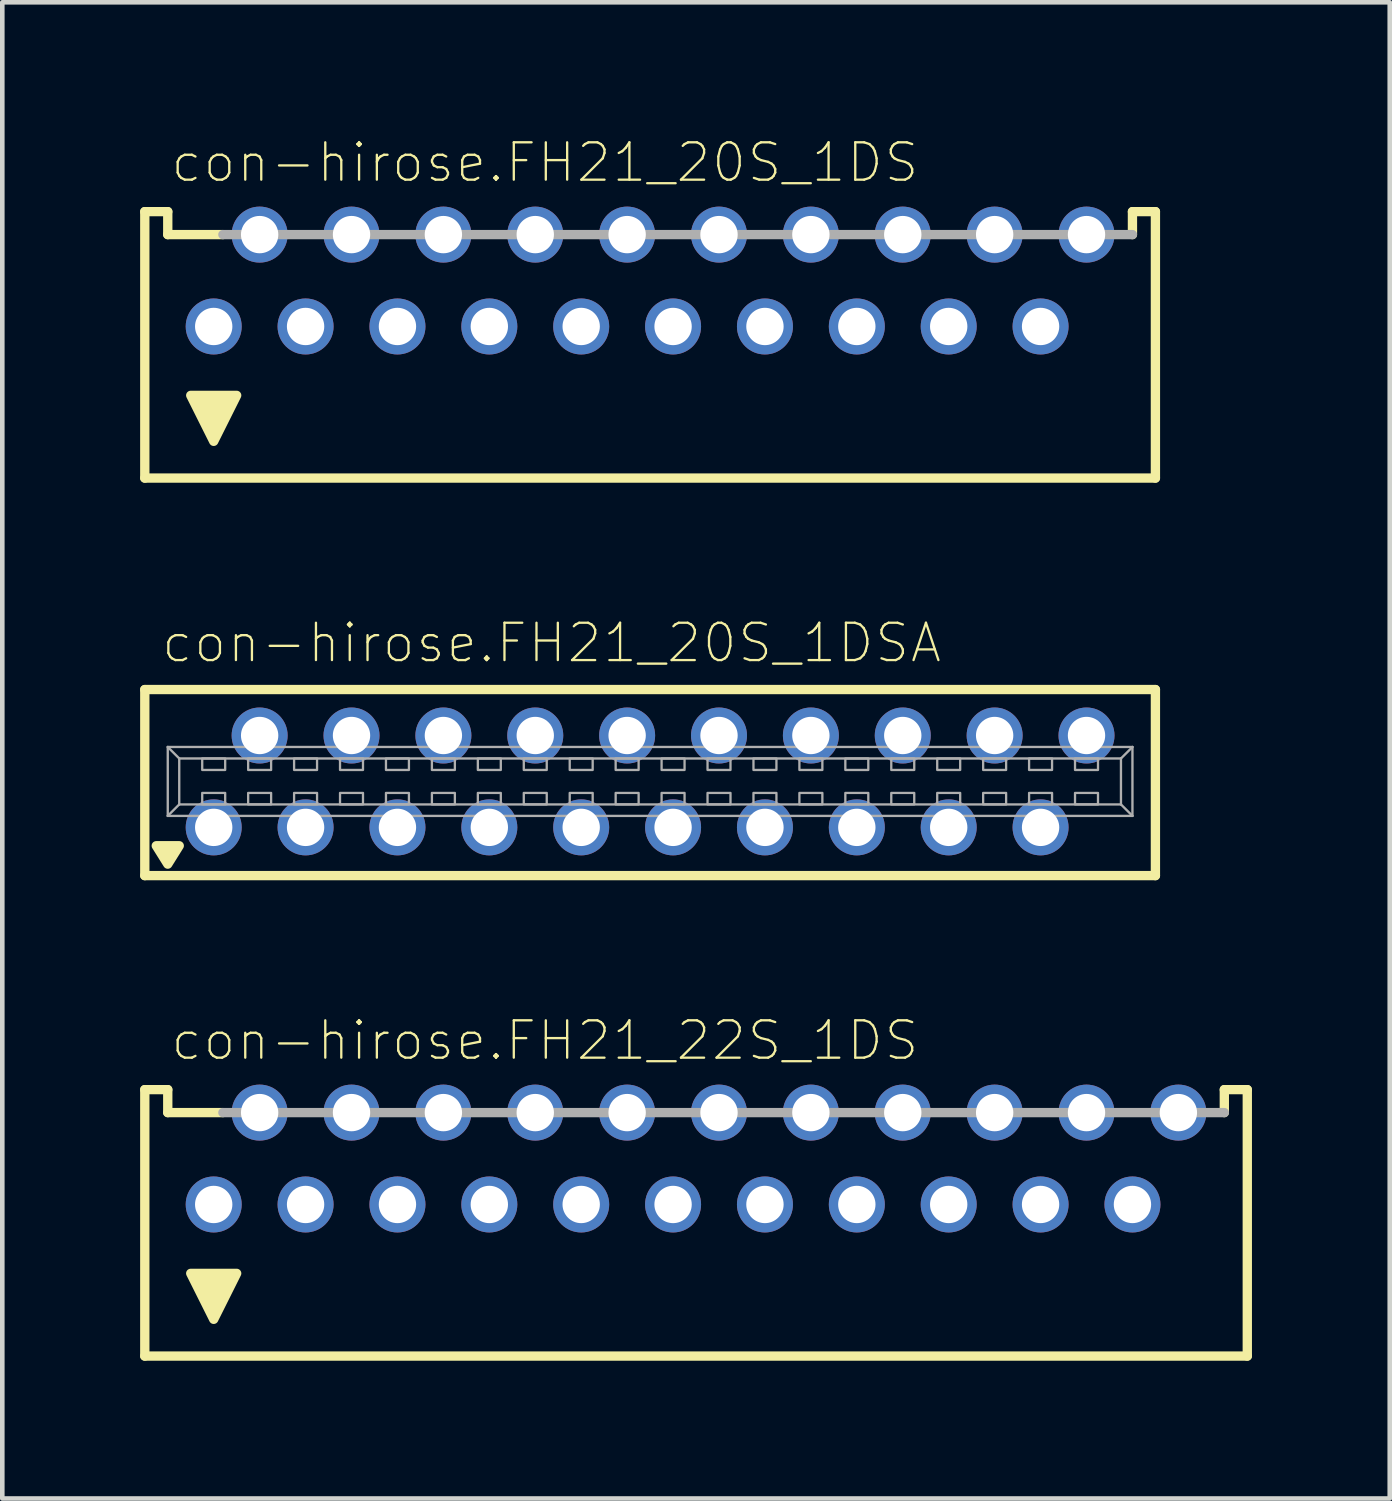
<source format=kicad_pcb>
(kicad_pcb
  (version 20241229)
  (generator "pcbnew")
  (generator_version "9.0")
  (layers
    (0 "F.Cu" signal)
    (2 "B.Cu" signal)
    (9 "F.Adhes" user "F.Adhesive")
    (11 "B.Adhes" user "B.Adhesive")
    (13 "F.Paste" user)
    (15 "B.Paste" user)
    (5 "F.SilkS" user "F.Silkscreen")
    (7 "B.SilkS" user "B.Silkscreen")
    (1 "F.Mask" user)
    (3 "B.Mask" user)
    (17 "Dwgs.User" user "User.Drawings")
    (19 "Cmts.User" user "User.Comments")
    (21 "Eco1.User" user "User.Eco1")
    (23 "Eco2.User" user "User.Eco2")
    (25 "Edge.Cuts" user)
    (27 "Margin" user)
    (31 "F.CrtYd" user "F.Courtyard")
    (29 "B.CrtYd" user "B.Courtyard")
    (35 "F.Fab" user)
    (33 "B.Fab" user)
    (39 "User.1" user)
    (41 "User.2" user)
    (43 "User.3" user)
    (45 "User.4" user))
  (footprint "con-hirose.FH21_20S_1DS"
    (layer "F.Cu")
    (at 11.102 4.057)
    (property "Reference" "con-hirose.FH21_20S_1DS" (at -10.472 -3.094 0) (layer "F.SilkS") (effects (font (size 0.813 0.813) (thickness 0.05)) (justify left bottom)))
    (attr through_hole)
    (fp_line (start -11 -2.5) (end -11 3.3) (stroke (width 0.203) (type default)) (layer "F.SilkS"))
    (fp_line (start -11 3.3) (end 11 3.3) (stroke (width 0.203) (type default)) (layer "F.SilkS"))
    (fp_line (start -10.5 -2.5) (end -11 -2.5) (stroke (width 0.203) (type default)) (layer "F.SilkS"))
    (fp_line (start -10.5 -2) (end -10.5 -2.5) (stroke (width 0.203) (type default)) (layer "F.SilkS"))
    (fp_line (start -10.5 -2) (end -9.3 -2) (stroke (width 0.203) (type default)) (layer "F.SilkS"))
    (fp_line (start 10.5 -2.5) (end 11 -2.5) (stroke (width 0.203) (type default)) (layer "F.SilkS"))
    (fp_line (start 10.5 -2) (end 10.5 -2.5) (stroke (width 0.203) (type default)) (layer "F.SilkS"))
    (fp_line (start 11 -2.5) (end 11 3.3) (stroke (width 0.203) (type default)) (layer "F.SilkS"))
    (fp_poly (pts (xy -9.5 2.5) (xy -10 1.5) (xy -9 1.5)) (stroke (width 0.203) (type default)) (fill yes) (layer "F.SilkS"))
    (fp_line (start -9.3 -2) (end 10.5 -2) (stroke (width 0.203) (type default)) (layer "F.Fab"))
    (pad "1" thru_hole circle (at -9.5 0) (size 1.219 1.219) (drill 0.813) (layers "*.Cu" "*.Mask"))
    (pad "2" thru_hole circle (at -8.5 -2) (size 1.219 1.219) (drill 0.813) (layers "*.Cu" "*.Mask"))
    (pad "3" thru_hole circle (at -7.5 0) (size 1.219 1.219) (drill 0.813) (layers "*.Cu" "*.Mask"))
    (pad "4" thru_hole circle (at -6.5 -2) (size 1.219 1.219) (drill 0.813) (layers "*.Cu" "*.Mask"))
    (pad "5" thru_hole circle (at -5.5 0) (size 1.219 1.219) (drill 0.813) (layers "*.Cu" "*.Mask"))
    (pad "6" thru_hole circle (at -4.5 -2) (size 1.219 1.219) (drill 0.813) (layers "*.Cu" "*.Mask"))
    (pad "7" thru_hole circle (at -3.5 0) (size 1.219 1.219) (drill 0.813) (layers "*.Cu" "*.Mask"))
    (pad "8" thru_hole circle (at -2.5 -2) (size 1.219 1.219) (drill 0.813) (layers "*.Cu" "*.Mask"))
    (pad "9" thru_hole circle (at -1.5 0) (size 1.219 1.219) (drill 0.813) (layers "*.Cu" "*.Mask"))
    (pad "10" thru_hole circle (at -0.5 -2) (size 1.219 1.219) (drill 0.813) (layers "*.Cu" "*.Mask"))
    (pad "11" thru_hole circle (at 0.5 0) (size 1.219 1.219) (drill 0.813) (layers "*.Cu" "*.Mask"))
    (pad "12" thru_hole circle (at 1.5 -2) (size 1.219 1.219) (drill 0.813) (layers "*.Cu" "*.Mask"))
    (pad "13" thru_hole circle (at 2.5 0) (size 1.219 1.219) (drill 0.813) (layers "*.Cu" "*.Mask"))
    (pad "14" thru_hole circle (at 3.5 -2) (size 1.219 1.219) (drill 0.813) (layers "*.Cu" "*.Mask"))
    (pad "15" thru_hole circle (at 4.5 0) (size 1.219 1.219) (drill 0.813) (layers "*.Cu" "*.Mask"))
    (pad "16" thru_hole circle (at 5.5 -2) (size 1.219 1.219) (drill 0.813) (layers "*.Cu" "*.Mask"))
    (pad "17" thru_hole circle (at 6.5 0) (size 1.219 1.219) (drill 0.813) (layers "*.Cu" "*.Mask"))
    (pad "18" thru_hole circle (at 7.5 -2) (size 1.219 1.219) (drill 0.813) (layers "*.Cu" "*.Mask"))
    (pad "19" thru_hole circle (at 8.5 0) (size 1.219 1.219) (drill 0.813) (layers "*.Cu" "*.Mask"))
    (pad "20" thru_hole circle (at 9.5 -2) (size 1.219 1.219) (drill 0.813) (layers "*.Cu" "*.Mask")))
  (footprint "con-hirose.FH21_20S_1DSA"
    (layer "F.Cu")
    (at 11.102 13.961)
    (property "Reference" "con-hirose.FH21_20S_1DSA" (at -10.675 -2.54 0) (layer "F.SilkS") (effects (font (size 0.813 0.813) (thickness 0.05)) (justify left bottom)))
    (attr through_hole)
    (fp_line (start -11 -2) (end -11 2.05) (stroke (width 0.203) (type default)) (layer "F.SilkS"))
    (fp_line (start -11 2.05) (end 11 2.05) (stroke (width 0.203) (type default)) (layer "F.SilkS"))
    (fp_line (start 11 -2) (end -11 -2) (stroke (width 0.203) (type default)) (layer "F.SilkS"))
    (fp_line (start 11 -2) (end 11 2.05) (stroke (width 0.203) (type default)) (layer "F.SilkS"))
    (fp_poly (pts (xy -10.5 1.8) (xy -10.75 1.4) (xy -10.25 1.4)) (stroke (width 0.203) (type default)) (fill yes) (layer "F.SilkS"))
    (fp_line (start -10.5 -0.75) (end 10.5 -0.75) (stroke (width 0.051) (type default)) (layer "F.Fab"))
    (fp_line (start -10.5 0.75) (end -10.5 -0.75) (stroke (width 0.051) (type default)) (layer "F.Fab"))
    (fp_line (start -10.25 -0.5) (end -10.5 -0.75) (stroke (width 0.051) (type default)) (layer "F.Fab"))
    (fp_line (start -10.25 -0.5) (end 10.25 -0.5) (stroke (width 0.051) (type default)) (layer "F.Fab"))
    (fp_line (start -10.25 0.5) (end -10.5 0.75) (stroke (width 0.051) (type default)) (layer "F.Fab"))
    (fp_line (start -10.25 0.5) (end -10.25 -0.5) (stroke (width 0.051) (type default)) (layer "F.Fab"))
    (fp_line (start 10.25 -0.5) (end 10.25 0.5) (stroke (width 0.051) (type default)) (layer "F.Fab"))
    (fp_line (start 10.25 -0.5) (end 10.5 -0.75) (stroke (width 0.051) (type default)) (layer "F.Fab"))
    (fp_line (start 10.25 0.5) (end -10.25 0.5) (stroke (width 0.051) (type default)) (layer "F.Fab"))
    (fp_line (start 10.25 0.5) (end 10.5 0.75) (stroke (width 0.051) (type default)) (layer "F.Fab"))
    (fp_line (start 10.5 -0.75) (end 10.5 0.75) (stroke (width 0.051) (type default)) (layer "F.Fab"))
    (fp_line (start 10.5 0.75) (end -10.5 0.75) (stroke (width 0.051) (type default)) (layer "F.Fab"))
    (fp_rect (start -9.75 -0.25) (end -9.25 -0.5) (stroke (width 0.05) (type default)) (fill no) (layer "F.Fab"))
    (fp_rect (start -9.75 0.5) (end -9.25 0.25) (stroke (width 0.05) (type default)) (fill no) (layer "F.Fab"))
    (fp_rect (start -8.75 -0.25) (end -8.25 -0.5) (stroke (width 0.05) (type default)) (fill no) (layer "F.Fab"))
    (fp_rect (start -8.75 0.5) (end -8.25 0.25) (stroke (width 0.05) (type default)) (fill no) (layer "F.Fab"))
    (fp_rect (start -7.75 -0.25) (end -7.25 -0.5) (stroke (width 0.05) (type default)) (fill no) (layer "F.Fab"))
    (fp_rect (start -7.75 0.5) (end -7.25 0.25) (stroke (width 0.05) (type default)) (fill no) (layer "F.Fab"))
    (fp_rect (start -6.75 -0.25) (end -6.25 -0.5) (stroke (width 0.05) (type default)) (fill no) (layer "F.Fab"))
    (fp_rect (start -6.75 0.5) (end -6.25 0.25) (stroke (width 0.05) (type default)) (fill no) (layer "F.Fab"))
    (fp_rect (start -5.75 -0.25) (end -5.25 -0.5) (stroke (width 0.05) (type default)) (fill no) (layer "F.Fab"))
    (fp_rect (start -5.75 0.5) (end -5.25 0.25) (stroke (width 0.05) (type default)) (fill no) (layer "F.Fab"))
    (fp_rect (start -4.75 -0.25) (end -4.25 -0.5) (stroke (width 0.05) (type default)) (fill no) (layer "F.Fab"))
    (fp_rect (start -4.75 0.5) (end -4.25 0.25) (stroke (width 0.05) (type default)) (fill no) (layer "F.Fab"))
    (fp_rect (start -3.75 -0.25) (end -3.25 -0.5) (stroke (width 0.05) (type default)) (fill no) (layer "F.Fab"))
    (fp_rect (start -3.75 0.5) (end -3.25 0.25) (stroke (width 0.05) (type default)) (fill no) (layer "F.Fab"))
    (fp_rect (start -2.75 -0.25) (end -2.25 -0.5) (stroke (width 0.05) (type default)) (fill no) (layer "F.Fab"))
    (fp_rect (start -2.75 0.5) (end -2.25 0.25) (stroke (width 0.05) (type default)) (fill no) (layer "F.Fab"))
    (fp_rect (start -1.75 -0.25) (end -1.25 -0.5) (stroke (width 0.05) (type default)) (fill no) (layer "F.Fab"))
    (fp_rect (start -1.75 0.5) (end -1.25 0.25) (stroke (width 0.05) (type default)) (fill no) (layer "F.Fab"))
    (fp_rect (start -0.75 -0.25) (end -0.25 -0.5) (stroke (width 0.05) (type default)) (fill no) (layer "F.Fab"))
    (fp_rect (start -0.75 0.5) (end -0.25 0.25) (stroke (width 0.05) (type default)) (fill no) (layer "F.Fab"))
    (fp_rect (start 0.25 -0.25) (end 0.75 -0.5) (stroke (width 0.05) (type default)) (fill no) (layer "F.Fab"))
    (fp_rect (start 0.25 0.5) (end 0.75 0.25) (stroke (width 0.05) (type default)) (fill no) (layer "F.Fab"))
    (fp_rect (start 1.25 -0.25) (end 1.75 -0.5) (stroke (width 0.05) (type default)) (fill no) (layer "F.Fab"))
    (fp_rect (start 1.25 0.5) (end 1.75 0.25) (stroke (width 0.05) (type default)) (fill no) (layer "F.Fab"))
    (fp_rect (start 2.25 -0.25) (end 2.75 -0.5) (stroke (width 0.05) (type default)) (fill no) (layer "F.Fab"))
    (fp_rect (start 2.25 0.5) (end 2.75 0.25) (stroke (width 0.05) (type default)) (fill no) (layer "F.Fab"))
    (fp_rect (start 3.25 -0.25) (end 3.75 -0.5) (stroke (width 0.05) (type default)) (fill no) (layer "F.Fab"))
    (fp_rect (start 3.25 0.5) (end 3.75 0.25) (stroke (width 0.05) (type default)) (fill no) (layer "F.Fab"))
    (fp_rect (start 4.25 -0.25) (end 4.75 -0.5) (stroke (width 0.05) (type default)) (fill no) (layer "F.Fab"))
    (fp_rect (start 4.25 0.5) (end 4.75 0.25) (stroke (width 0.05) (type default)) (fill no) (layer "F.Fab"))
    (fp_rect (start 5.25 -0.25) (end 5.75 -0.5) (stroke (width 0.05) (type default)) (fill no) (layer "F.Fab"))
    (fp_rect (start 5.25 0.5) (end 5.75 0.25) (stroke (width 0.05) (type default)) (fill no) (layer "F.Fab"))
    (fp_rect (start 6.25 -0.25) (end 6.75 -0.5) (stroke (width 0.05) (type default)) (fill no) (layer "F.Fab"))
    (fp_rect (start 6.25 0.5) (end 6.75 0.25) (stroke (width 0.05) (type default)) (fill no) (layer "F.Fab"))
    (fp_rect (start 7.25 -0.25) (end 7.75 -0.5) (stroke (width 0.05) (type default)) (fill no) (layer "F.Fab"))
    (fp_rect (start 7.25 0.5) (end 7.75 0.25) (stroke (width 0.05) (type default)) (fill no) (layer "F.Fab"))
    (fp_rect (start 8.25 -0.25) (end 8.75 -0.5) (stroke (width 0.05) (type default)) (fill no) (layer "F.Fab"))
    (fp_rect (start 8.25 0.5) (end 8.75 0.25) (stroke (width 0.05) (type default)) (fill no) (layer "F.Fab"))
    (fp_rect (start 9.25 -0.25) (end 9.75 -0.5) (stroke (width 0.05) (type default)) (fill no) (layer "F.Fab"))
    (fp_rect (start 9.25 0.5) (end 9.75 0.25) (stroke (width 0.05) (type default)) (fill no) (layer "F.Fab"))
    (pad "1" thru_hole circle (at -9.5 1) (size 1.219 1.219) (drill 0.813) (layers "*.Cu" "*.Mask"))
    (pad "2" thru_hole circle (at -8.5 -1) (size 1.219 1.219) (drill 0.813) (layers "*.Cu" "*.Mask"))
    (pad "3" thru_hole circle (at -7.5 1) (size 1.219 1.219) (drill 0.813) (layers "*.Cu" "*.Mask"))
    (pad "4" thru_hole circle (at -6.5 -1) (size 1.219 1.219) (drill 0.813) (layers "*.Cu" "*.Mask"))
    (pad "5" thru_hole circle (at -5.5 1) (size 1.219 1.219) (drill 0.813) (layers "*.Cu" "*.Mask"))
    (pad "6" thru_hole circle (at -4.5 -1) (size 1.219 1.219) (drill 0.813) (layers "*.Cu" "*.Mask"))
    (pad "7" thru_hole circle (at -3.5 1) (size 1.219 1.219) (drill 0.813) (layers "*.Cu" "*.Mask"))
    (pad "8" thru_hole circle (at -2.5 -1) (size 1.219 1.219) (drill 0.813) (layers "*.Cu" "*.Mask"))
    (pad "9" thru_hole circle (at -1.5 1) (size 1.219 1.219) (drill 0.813) (layers "*.Cu" "*.Mask"))
    (pad "10" thru_hole circle (at -0.5 -1) (size 1.219 1.219) (drill 0.813) (layers "*.Cu" "*.Mask"))
    (pad "11" thru_hole circle (at 0.5 1) (size 1.219 1.219) (drill 0.813) (layers "*.Cu" "*.Mask"))
    (pad "12" thru_hole circle (at 1.5 -1) (size 1.219 1.219) (drill 0.813) (layers "*.Cu" "*.Mask"))
    (pad "13" thru_hole circle (at 2.5 1) (size 1.219 1.219) (drill 0.813) (layers "*.Cu" "*.Mask"))
    (pad "14" thru_hole circle (at 3.5 -1) (size 1.219 1.219) (drill 0.813) (layers "*.Cu" "*.Mask"))
    (pad "15" thru_hole circle (at 4.5 1) (size 1.219 1.219) (drill 0.813) (layers "*.Cu" "*.Mask"))
    (pad "16" thru_hole circle (at 5.5 -1) (size 1.219 1.219) (drill 0.813) (layers "*.Cu" "*.Mask"))
    (pad "17" thru_hole circle (at 6.5 1) (size 1.219 1.219) (drill 0.813) (layers "*.Cu" "*.Mask"))
    (pad "18" thru_hole circle (at 7.5 -1) (size 1.219 1.219) (drill 0.813) (layers "*.Cu" "*.Mask"))
    (pad "19" thru_hole circle (at 8.5 1) (size 1.219 1.219) (drill 0.813) (layers "*.Cu" "*.Mask"))
    (pad "20" thru_hole circle (at 9.5 -1) (size 1.219 1.219) (drill 0.813) (layers "*.Cu" "*.Mask")))
  (footprint "con-hirose.FH21_22S_1DS"
    (layer "F.Cu")
    (at 12.102 23.17)
    (property "Reference" "con-hirose.FH21_22S_1DS" (at -11.472 -3.094 0) (layer "F.SilkS") (effects (font (size 0.813 0.813) (thickness 0.05)) (justify left bottom)))
    (attr through_hole)
    (fp_line (start -12 -2.5) (end -12 3.3) (stroke (width 0.203) (type default)) (layer "F.SilkS"))
    (fp_line (start -12 3.3) (end 12 3.3) (stroke (width 0.203) (type default)) (layer "F.SilkS"))
    (fp_line (start -11.5 -2.5) (end -12 -2.5) (stroke (width 0.203) (type default)) (layer "F.SilkS"))
    (fp_line (start -11.5 -2) (end -11.5 -2.5) (stroke (width 0.203) (type default)) (layer "F.SilkS"))
    (fp_line (start -11.5 -2) (end -10.3 -2) (stroke (width 0.203) (type default)) (layer "F.SilkS"))
    (fp_line (start 11.5 -2.5) (end 12 -2.5) (stroke (width 0.203) (type default)) (layer "F.SilkS"))
    (fp_line (start 11.5 -2) (end 11.5 -2.5) (stroke (width 0.203) (type default)) (layer "F.SilkS"))
    (fp_line (start 12 -2.5) (end 12 3.3) (stroke (width 0.203) (type default)) (layer "F.SilkS"))
    (fp_poly (pts (xy -10.5 2.5) (xy -11 1.5) (xy -10 1.5)) (stroke (width 0.203) (type default)) (fill yes) (layer "F.SilkS"))
    (fp_line (start -10.3 -2) (end 11.5 -2) (stroke (width 0.203) (type default)) (layer "F.Fab"))
    (pad "1" thru_hole circle (at -10.5 0) (size 1.219 1.219) (drill 0.813) (layers "*.Cu" "*.Mask"))
    (pad "2" thru_hole circle (at -9.5 -2) (size 1.219 1.219) (drill 0.813) (layers "*.Cu" "*.Mask"))
    (pad "3" thru_hole circle (at -8.5 0) (size 1.219 1.219) (drill 0.813) (layers "*.Cu" "*.Mask"))
    (pad "4" thru_hole circle (at -7.5 -2) (size 1.219 1.219) (drill 0.813) (layers "*.Cu" "*.Mask"))
    (pad "5" thru_hole circle (at -6.5 0) (size 1.219 1.219) (drill 0.813) (layers "*.Cu" "*.Mask"))
    (pad "6" thru_hole circle (at -5.5 -2) (size 1.219 1.219) (drill 0.813) (layers "*.Cu" "*.Mask"))
    (pad "7" thru_hole circle (at -4.5 0) (size 1.219 1.219) (drill 0.813) (layers "*.Cu" "*.Mask"))
    (pad "8" thru_hole circle (at -3.5 -2) (size 1.219 1.219) (drill 0.813) (layers "*.Cu" "*.Mask"))
    (pad "9" thru_hole circle (at -2.5 0) (size 1.219 1.219) (drill 0.813) (layers "*.Cu" "*.Mask"))
    (pad "10" thru_hole circle (at -1.5 -2) (size 1.219 1.219) (drill 0.813) (layers "*.Cu" "*.Mask"))
    (pad "11" thru_hole circle (at -0.5 0) (size 1.219 1.219) (drill 0.813) (layers "*.Cu" "*.Mask"))
    (pad "12" thru_hole circle (at 0.5 -2) (size 1.219 1.219) (drill 0.813) (layers "*.Cu" "*.Mask"))
    (pad "13" thru_hole circle (at 1.5 0) (size 1.219 1.219) (drill 0.813) (layers "*.Cu" "*.Mask"))
    (pad "14" thru_hole circle (at 2.5 -2) (size 1.219 1.219) (drill 0.813) (layers "*.Cu" "*.Mask"))
    (pad "15" thru_hole circle (at 3.5 0) (size 1.219 1.219) (drill 0.813) (layers "*.Cu" "*.Mask"))
    (pad "16" thru_hole circle (at 4.5 -2) (size 1.219 1.219) (drill 0.813) (layers "*.Cu" "*.Mask"))
    (pad "17" thru_hole circle (at 5.5 0) (size 1.219 1.219) (drill 0.813) (layers "*.Cu" "*.Mask"))
    (pad "18" thru_hole circle (at 6.5 -2) (size 1.219 1.219) (drill 0.813) (layers "*.Cu" "*.Mask"))
    (pad "19" thru_hole circle (at 7.5 0) (size 1.219 1.219) (drill 0.813) (layers "*.Cu" "*.Mask"))
    (pad "20" thru_hole circle (at 8.5 -2) (size 1.219 1.219) (drill 0.813) (layers "*.Cu" "*.Mask"))
    (pad "21" thru_hole circle (at 9.5 0) (size 1.219 1.219) (drill 0.813) (layers "*.Cu" "*.Mask"))
    (pad "22" thru_hole circle (at 10.5 -2) (size 1.219 1.219) (drill 0.813) (layers "*.Cu" "*.Mask")))
  (gr_rect
    (start -3 -3)
    (end 27.203 29.571)
    (stroke (width 0.1) (type default))
    (fill no)
    (layer "Edge.Cuts")))
</source>
